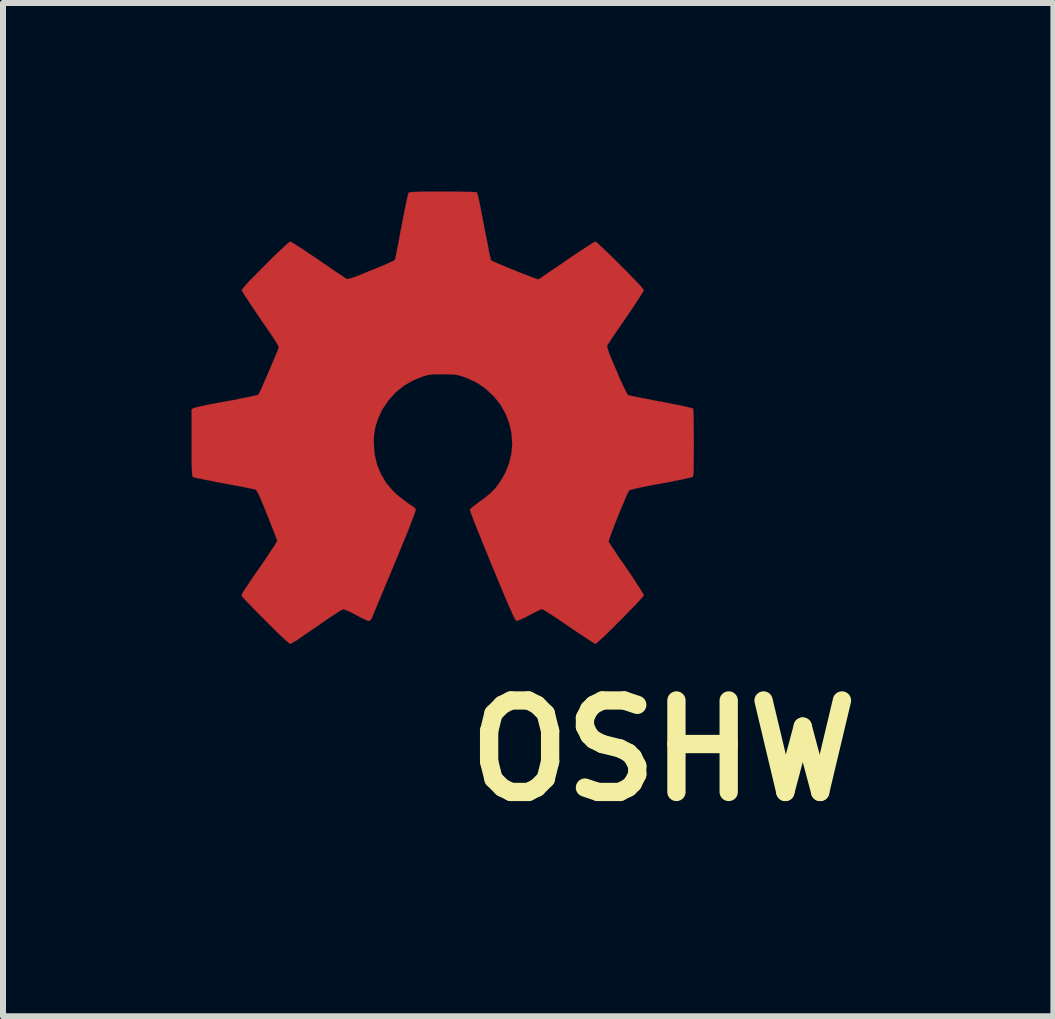
<source format=kicad_pcb>
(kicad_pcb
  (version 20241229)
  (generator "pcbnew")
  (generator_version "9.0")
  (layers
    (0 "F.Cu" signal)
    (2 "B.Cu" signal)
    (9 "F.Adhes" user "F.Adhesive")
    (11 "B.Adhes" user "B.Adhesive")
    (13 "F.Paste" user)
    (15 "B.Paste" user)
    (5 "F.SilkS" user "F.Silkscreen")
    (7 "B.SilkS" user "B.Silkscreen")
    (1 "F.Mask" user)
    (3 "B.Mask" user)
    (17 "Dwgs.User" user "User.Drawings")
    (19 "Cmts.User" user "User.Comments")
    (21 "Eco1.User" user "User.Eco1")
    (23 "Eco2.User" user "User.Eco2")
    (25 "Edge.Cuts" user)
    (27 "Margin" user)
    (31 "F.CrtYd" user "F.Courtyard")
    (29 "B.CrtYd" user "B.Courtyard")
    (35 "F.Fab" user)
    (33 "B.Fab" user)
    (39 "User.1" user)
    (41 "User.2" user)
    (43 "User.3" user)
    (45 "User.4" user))
  (footprint "OSHW"
    (layer "F.Cu")
    (at 4.319 3.994)
    (property "Reference" "OSHW" (at 3.683 5.461 0) (layer "F.SilkS") (effects (font (size 1.524 1.524) (thickness 0.305))))
    (attr through_hole)
    (fp_poly (pts (xy 4.191 0.333) (xy 4.188 0.475) (xy 4.188 0.592) (xy 4.188 0.686) (xy 4.186 0.759) (xy 4.186 0.815) (xy 4.183 0.853) (xy 4.178 0.881) (xy 4.173 0.897) (xy 4.171 0.902) (xy 4.153 0.907) (xy 4.11 0.917) (xy 4.046 0.932) (xy 3.962 0.95) (xy 3.866 0.968) (xy 3.759 0.991) (xy 3.645 1.011) (xy 3.515 1.034) (xy 3.401 1.057) (xy 3.302 1.077) (xy 3.221 1.095) (xy 3.162 1.11) (xy 3.124 1.12) (xy 3.114 1.125) (xy 3.104 1.143) (xy 3.084 1.181) (xy 3.058 1.24) (xy 3.028 1.313) (xy 2.992 1.397) (xy 2.954 1.486) (xy 2.918 1.577) (xy 2.88 1.671) (xy 2.847 1.758) (xy 2.819 1.834) (xy 2.794 1.9) (xy 2.779 1.948) (xy 2.771 1.976) (xy 2.771 1.981) (xy 2.779 1.996) (xy 2.802 2.032) (xy 2.84 2.088) (xy 2.885 2.156) (xy 2.939 2.238) (xy 3.002 2.327) (xy 3.068 2.423) (xy 3.134 2.52) (xy 3.195 2.611) (xy 3.249 2.695) (xy 3.294 2.764) (xy 3.327 2.819) (xy 3.35 2.855) (xy 3.358 2.873) (xy 3.348 2.888) (xy 3.32 2.921) (xy 3.277 2.969) (xy 3.223 3.028) (xy 3.157 3.094) (xy 3.086 3.167) (xy 3.01 3.246) (xy 2.931 3.325) (xy 2.855 3.401) (xy 2.779 3.475) (xy 2.713 3.541) (xy 2.652 3.597) (xy 2.603 3.64) (xy 2.57 3.67) (xy 2.553 3.683) (xy 2.55 3.683) (xy 2.535 3.675) (xy 2.499 3.653) (xy 2.443 3.617) (xy 2.375 3.571) (xy 2.294 3.518) (xy 2.202 3.457) (xy 2.108 3.393) (xy 2.012 3.327) (xy 1.92 3.264) (xy 1.839 3.211) (xy 1.77 3.167) (xy 1.714 3.132) (xy 1.679 3.111) (xy 1.661 3.104) (xy 1.641 3.109) (xy 1.603 3.127) (xy 1.547 3.155) (xy 1.483 3.188) (xy 1.453 3.203) (xy 1.382 3.241) (xy 1.321 3.269) (xy 1.273 3.289) (xy 1.242 3.299) (xy 1.237 3.299) (xy 1.229 3.294) (xy 1.222 3.284) (xy 1.209 3.264) (xy 1.194 3.233) (xy 1.173 3.193) (xy 1.148 3.134) (xy 1.115 3.063) (xy 1.077 2.974) (xy 1.031 2.868) (xy 0.978 2.738) (xy 0.914 2.586) (xy 0.841 2.41) (xy 0.828 2.38) (xy 0.767 2.228) (xy 0.706 2.083) (xy 0.653 1.948) (xy 0.602 1.824) (xy 0.559 1.714) (xy 0.521 1.621) (xy 0.493 1.544) (xy 0.472 1.488) (xy 0.462 1.455) (xy 0.46 1.445) (xy 0.475 1.43) (xy 0.505 1.402) (xy 0.551 1.367) (xy 0.597 1.333) (xy 0.714 1.247) (xy 0.81 1.166) (xy 0.889 1.085) (xy 0.955 0.996) (xy 1.016 0.897) (xy 1.046 0.841) (xy 1.113 0.678) (xy 1.153 0.511) (xy 1.166 0.34) (xy 1.153 0.17) (xy 1.115 0.005) (xy 1.054 -0.152) (xy 0.968 -0.305) (xy 0.856 -0.445) (xy 0.848 -0.452) (xy 0.716 -0.574) (xy 0.569 -0.673) (xy 0.404 -0.749) (xy 0.323 -0.777) (xy 0.277 -0.79) (xy 0.234 -0.8) (xy 0.185 -0.805) (xy 0.124 -0.808) (xy 0.048 -0.81) (xy 0.005 -0.81) (xy -0.079 -0.81) (xy -0.147 -0.808) (xy -0.198 -0.803) (xy -0.244 -0.795) (xy -0.29 -0.782) (xy -0.31 -0.777) (xy -0.483 -0.709) (xy -0.638 -0.62) (xy -0.777 -0.508) (xy -0.897 -0.376) (xy -0.996 -0.229) (xy -1.024 -0.175) (xy -1.079 -0.046) (xy -1.118 0.076) (xy -1.138 0.203) (xy -1.143 0.338) (xy -1.13 0.518) (xy -1.09 0.691) (xy -1.024 0.853) (xy -0.935 1.003) (xy -0.82 1.138) (xy -0.77 1.186) (xy -0.706 1.24) (xy -0.632 1.295) (xy -0.564 1.346) (xy -0.503 1.387) (xy -0.495 1.389) (xy -0.462 1.415) (xy -0.445 1.44) (xy -0.442 1.445) (xy -0.447 1.463) (xy -0.46 1.506) (xy -0.485 1.572) (xy -0.518 1.661) (xy -0.561 1.77) (xy -0.612 1.897) (xy -0.671 2.042) (xy -0.737 2.202) (xy -0.803 2.36) (xy -0.864 2.51) (xy -0.925 2.652) (xy -0.98 2.786) (xy -1.031 2.908) (xy -1.077 3.018) (xy -1.115 3.109) (xy -1.146 3.183) (xy -1.168 3.236) (xy -1.181 3.266) (xy -1.184 3.274) (xy -1.206 3.294) (xy -1.227 3.302) (xy -1.247 3.294) (xy -1.288 3.277) (xy -1.344 3.251) (xy -1.41 3.216) (xy -1.438 3.2) (xy -1.521 3.157) (xy -1.587 3.127) (xy -1.633 3.109) (xy -1.656 3.106) (xy -1.674 3.117) (xy -1.714 3.139) (xy -1.77 3.175) (xy -1.836 3.218) (xy -1.913 3.269) (xy -1.961 3.302) (xy -2.09 3.393) (xy -2.2 3.467) (xy -2.289 3.528) (xy -2.362 3.579) (xy -2.418 3.617) (xy -2.461 3.645) (xy -2.494 3.663) (xy -2.517 3.675) (xy -2.53 3.68) (xy -2.537 3.683) (xy -2.55 3.673) (xy -2.583 3.645) (xy -2.631 3.602) (xy -2.692 3.546) (xy -2.764 3.477) (xy -2.842 3.399) (xy -2.926 3.315) (xy -2.944 3.297) (xy -3.03 3.211) (xy -3.109 3.132) (xy -3.18 3.058) (xy -3.241 2.995) (xy -3.289 2.944) (xy -3.322 2.908) (xy -3.338 2.891) (xy -3.338 2.888) (xy -3.34 2.88) (xy -3.34 2.873) (xy -3.338 2.863) (xy -3.332 2.845) (xy -3.32 2.822) (xy -3.299 2.791) (xy -3.272 2.748) (xy -3.231 2.69) (xy -3.183 2.616) (xy -3.119 2.522) (xy -3.04 2.41) (xy -3.033 2.4) (xy -2.967 2.304) (xy -2.908 2.215) (xy -2.855 2.134) (xy -2.809 2.068) (xy -2.776 2.014) (xy -2.756 1.981) (xy -2.751 1.966) (xy -2.756 1.948) (xy -2.771 1.908) (xy -2.791 1.849) (xy -2.822 1.773) (xy -2.857 1.684) (xy -2.896 1.585) (xy -2.916 1.537) (xy -2.964 1.415) (xy -3.005 1.316) (xy -3.038 1.24) (xy -3.063 1.184) (xy -3.084 1.146) (xy -3.099 1.123) (xy -3.109 1.113) (xy -3.129 1.107) (xy -3.175 1.097) (xy -3.241 1.085) (xy -3.325 1.067) (xy -3.421 1.049) (xy -3.531 1.029) (xy -3.637 1.008) (xy -3.754 0.988) (xy -3.861 0.965) (xy -3.957 0.947) (xy -4.036 0.93) (xy -4.1 0.917) (xy -4.14 0.907) (xy -4.155 0.902) (xy -4.161 0.892) (xy -4.166 0.874) (xy -4.168 0.841) (xy -4.171 0.795) (xy -4.173 0.732) (xy -4.176 0.648) (xy -4.176 0.541) (xy -4.176 0.411) (xy -4.176 0.33) (xy -4.176 -0.224) (xy -4.143 -0.244) (xy -4.122 -0.251) (xy -4.077 -0.262) (xy -4.011 -0.277) (xy -3.927 -0.295) (xy -3.828 -0.315) (xy -3.719 -0.335) (xy -3.599 -0.358) (xy -3.597 -0.358) (xy -3.48 -0.378) (xy -3.371 -0.401) (xy -3.274 -0.419) (xy -3.19 -0.437) (xy -3.127 -0.452) (xy -3.084 -0.462) (xy -3.066 -0.47) (xy -3.063 -0.47) (xy -3.053 -0.488) (xy -3.035 -0.526) (xy -3.007 -0.584) (xy -2.977 -0.655) (xy -2.941 -0.737) (xy -2.903 -0.823) (xy -2.865 -0.914) (xy -2.827 -1.001) (xy -2.794 -1.082) (xy -2.764 -1.153) (xy -2.741 -1.209) (xy -2.728 -1.25) (xy -2.723 -1.265) (xy -2.731 -1.28) (xy -2.753 -1.318) (xy -2.786 -1.372) (xy -2.832 -1.443) (xy -2.888 -1.524) (xy -2.949 -1.615) (xy -3.018 -1.714) (xy -3.028 -1.73) (xy -3.096 -1.831) (xy -3.16 -1.925) (xy -3.216 -2.009) (xy -3.264 -2.083) (xy -3.302 -2.141) (xy -3.327 -2.182) (xy -3.34 -2.202) (xy -3.338 -2.215) (xy -3.325 -2.233) (xy -3.305 -2.261) (xy -3.269 -2.301) (xy -3.221 -2.355) (xy -3.155 -2.421) (xy -3.073 -2.504) (xy -2.974 -2.603) (xy -2.954 -2.624) (xy -2.855 -2.725) (xy -2.764 -2.812) (xy -2.687 -2.885) (xy -2.624 -2.944) (xy -2.576 -2.987) (xy -2.545 -3.012) (xy -2.535 -3.018) (xy -2.517 -3.01) (xy -2.479 -2.99) (xy -2.423 -2.954) (xy -2.352 -2.908) (xy -2.271 -2.855) (xy -2.177 -2.791) (xy -2.078 -2.725) (xy -2.068 -2.718) (xy -1.968 -2.649) (xy -1.875 -2.586) (xy -1.791 -2.527) (xy -1.717 -2.479) (xy -1.659 -2.441) (xy -1.618 -2.413) (xy -1.598 -2.4) (xy -1.585 -2.395) (xy -1.567 -2.398) (xy -1.539 -2.403) (xy -1.501 -2.416) (xy -1.448 -2.433) (xy -1.377 -2.461) (xy -1.283 -2.499) (xy -1.217 -2.527) (xy -1.1 -2.573) (xy -1.008 -2.611) (xy -0.935 -2.642) (xy -0.881 -2.667) (xy -0.843 -2.685) (xy -0.815 -2.697) (xy -0.8 -2.71) (xy -0.79 -2.72) (xy -0.785 -2.728) (xy -0.782 -2.736) (xy -0.777 -2.756) (xy -0.77 -2.799) (xy -0.757 -2.865) (xy -0.739 -2.949) (xy -0.721 -3.048) (xy -0.701 -3.157) (xy -0.678 -3.274) (xy -0.676 -3.287) (xy -0.653 -3.406) (xy -0.632 -3.515) (xy -0.612 -3.614) (xy -0.594 -3.698) (xy -0.579 -3.764) (xy -0.569 -3.81) (xy -0.564 -3.83) (xy -0.561 -3.83) (xy -0.554 -3.835) (xy -0.536 -3.84) (xy -0.508 -3.843) (xy -0.465 -3.846) (xy -0.404 -3.848) (xy -0.325 -3.851) (xy -0.226 -3.851) (xy -0.102 -3.851) (xy 0.005 -3.851) (xy 0.127 -3.851) (xy 0.241 -3.851) (xy 0.343 -3.848) (xy 0.432 -3.846) (xy 0.5 -3.846) (xy 0.549 -3.843) (xy 0.574 -3.84) (xy 0.582 -3.823) (xy 0.594 -3.78) (xy 0.61 -3.713) (xy 0.627 -3.625) (xy 0.65 -3.515) (xy 0.673 -3.391) (xy 0.696 -3.274) (xy 0.719 -3.152) (xy 0.742 -3.04) (xy 0.762 -2.939) (xy 0.777 -2.852) (xy 0.792 -2.784) (xy 0.805 -2.736) (xy 0.81 -2.71) (xy 0.813 -2.708) (xy 0.831 -2.697) (xy 0.869 -2.68) (xy 0.927 -2.654) (xy 0.996 -2.624) (xy 1.077 -2.591) (xy 1.163 -2.555) (xy 1.252 -2.52) (xy 1.339 -2.484) (xy 1.42 -2.454) (xy 1.491 -2.426) (xy 1.547 -2.405) (xy 1.585 -2.393) (xy 1.6 -2.388) (xy 1.615 -2.398) (xy 1.651 -2.421) (xy 1.704 -2.456) (xy 1.773 -2.504) (xy 1.854 -2.56) (xy 1.946 -2.621) (xy 2.047 -2.69) (xy 2.07 -2.708) (xy 2.172 -2.776) (xy 2.266 -2.84) (xy 2.352 -2.896) (xy 2.426 -2.944) (xy 2.484 -2.982) (xy 2.525 -3.007) (xy 2.548 -3.018) (xy 2.55 -3.018) (xy 2.565 -3.01) (xy 2.598 -2.982) (xy 2.644 -2.939) (xy 2.703 -2.883) (xy 2.771 -2.819) (xy 2.845 -2.746) (xy 2.924 -2.67) (xy 3 -2.591) (xy 3.078 -2.515) (xy 3.15 -2.438) (xy 3.216 -2.372) (xy 3.272 -2.311) (xy 3.317 -2.263) (xy 3.345 -2.228) (xy 3.358 -2.21) (xy 3.35 -2.192) (xy 3.327 -2.156) (xy 3.292 -2.101) (xy 3.246 -2.029) (xy 3.193 -1.948) (xy 3.132 -1.857) (xy 3.063 -1.758) (xy 3.061 -1.753) (xy 2.992 -1.654) (xy 2.929 -1.56) (xy 2.87 -1.476) (xy 2.822 -1.405) (xy 2.786 -1.346) (xy 2.758 -1.308) (xy 2.748 -1.288) (xy 2.746 -1.275) (xy 2.748 -1.255) (xy 2.758 -1.222) (xy 2.774 -1.173) (xy 2.799 -1.11) (xy 2.835 -1.026) (xy 2.878 -0.922) (xy 2.901 -0.869) (xy 2.946 -0.762) (xy 2.987 -0.671) (xy 3.025 -0.589) (xy 3.056 -0.528) (xy 3.078 -0.485) (xy 3.091 -0.465) (xy 3.094 -0.462) (xy 3.111 -0.457) (xy 3.155 -0.447) (xy 3.221 -0.434) (xy 3.302 -0.417) (xy 3.401 -0.399) (xy 3.51 -0.376) (xy 3.63 -0.353) (xy 3.642 -0.353) (xy 3.777 -0.325) (xy 3.896 -0.302) (xy 3.998 -0.282) (xy 4.077 -0.264) (xy 4.135 -0.249) (xy 4.171 -0.239) (xy 4.178 -0.236) (xy 4.181 -0.218) (xy 4.183 -0.175) (xy 4.186 -0.112) (xy 4.186 -0.028) (xy 4.188 0.071) (xy 4.188 0.18) (xy 4.191 0.302) (xy 4.191 0.333)) (stroke (width 0.003) (type solid)) (fill yes) (layer "F.Cu"))
    (fp_poly (pts (xy 4.331 0.493) (xy 4.331 0.63) (xy 4.331 0.742) (xy 4.328 0.831) (xy 4.328 0.902) (xy 4.326 0.955) (xy 4.323 0.993) (xy 4.321 1.021) (xy 4.315 1.036) (xy 4.31 1.041) (xy 4.293 1.049) (xy 4.249 1.059) (xy 4.186 1.074) (xy 4.105 1.09) (xy 4.008 1.11) (xy 3.899 1.13) (xy 3.785 1.153) (xy 3.658 1.176) (xy 3.543 1.199) (xy 3.444 1.219) (xy 3.363 1.237) (xy 3.302 1.25) (xy 3.266 1.26) (xy 3.256 1.265) (xy 3.246 1.283) (xy 3.226 1.321) (xy 3.2 1.379) (xy 3.17 1.448) (xy 3.137 1.524) (xy 3.104 1.608) (xy 3.071 1.689) (xy 3.04 1.765) (xy 3.015 1.834) (xy 2.995 1.89) (xy 2.982 1.928) (xy 2.979 1.943) (xy 2.987 1.956) (xy 3.01 1.991) (xy 3.045 2.045) (xy 3.091 2.111) (xy 3.145 2.189) (xy 3.203 2.276) (xy 3.241 2.329) (xy 3.498 2.705) (xy 3.498 2.873) (xy 3.498 3.04) (xy 3.106 3.432) (xy 2.715 3.823) (xy 2.55 3.823) (xy 2.388 3.823) (xy 2.017 3.569) (xy 1.648 3.315) (xy 1.529 3.378) (xy 1.412 3.444) (xy 1.24 3.439) (xy 1.067 3.434) (xy 0.688 2.525) (xy 0.31 1.615) (xy 0.31 1.471) (xy 0.31 1.407) (xy 0.312 1.354) (xy 0.315 1.318) (xy 0.318 1.306) (xy 0.333 1.288) (xy 0.366 1.26) (xy 0.411 1.224) (xy 0.455 1.194) (xy 0.572 1.107) (xy 0.668 1.026) (xy 0.747 0.945) (xy 0.813 0.859) (xy 0.871 0.759) (xy 0.909 0.686) (xy 0.968 0.554) (xy 1.001 0.434) (xy 1.008 0.325) (xy 1.003 0.257) (xy 0.958 0.091) (xy 0.886 -0.064) (xy 0.795 -0.208) (xy 0.678 -0.34) (xy 0.544 -0.455) (xy 0.394 -0.549) (xy 0.373 -0.559) (xy 0.267 -0.607) (xy 0.163 -0.64) (xy 0.064 -0.66) (xy 0.005 -0.665) (xy -0.102 -0.653) (xy -0.221 -0.62) (xy -0.345 -0.566) (xy -0.467 -0.495) (xy -0.582 -0.411) (xy -0.686 -0.318) (xy -0.752 -0.246) (xy -0.813 -0.157) (xy -0.874 -0.051) (xy -0.925 0.064) (xy -0.965 0.173) (xy -0.975 0.208) (xy -0.988 0.282) (xy -0.993 0.351) (xy -0.988 0.417) (xy -0.968 0.493) (xy -0.937 0.587) (xy -0.93 0.607) (xy -0.856 0.762) (xy -0.759 0.904) (xy -0.638 1.036) (xy -0.493 1.156) (xy -0.394 1.224) (xy -0.353 1.252) (xy -0.32 1.275) (xy -0.305 1.288) (xy -0.302 1.308) (xy -0.297 1.351) (xy -0.297 1.407) (xy -0.295 1.46) (xy -0.295 1.615) (xy -0.663 2.499) (xy -0.724 2.652) (xy -0.782 2.794) (xy -0.838 2.929) (xy -0.889 3.051) (xy -0.935 3.157) (xy -0.973 3.249) (xy -1.003 3.325) (xy -1.026 3.378) (xy -1.041 3.409) (xy -1.044 3.414) (xy -1.052 3.426) (xy -1.067 3.434) (xy -1.092 3.439) (xy -1.133 3.442) (xy -1.194 3.442) (xy -1.224 3.442) (xy -1.392 3.442) (xy -1.511 3.378) (xy -1.631 3.315) (xy -1.862 3.475) (xy -1.946 3.531) (xy -2.032 3.592) (xy -2.116 3.647) (xy -2.187 3.696) (xy -2.233 3.729) (xy -2.372 3.823) (xy -2.537 3.823) (xy -2.7 3.823) (xy -3.094 3.432) (xy -3.485 3.04) (xy -3.485 2.875) (xy -3.485 2.804) (xy -3.482 2.756) (xy -3.477 2.72) (xy -3.47 2.695) (xy -3.454 2.67) (xy -3.437 2.644) (xy -3.416 2.614) (xy -3.383 2.563) (xy -3.338 2.497) (xy -3.287 2.421) (xy -3.228 2.337) (xy -3.178 2.261) (xy -3.119 2.177) (xy -3.068 2.101) (xy -3.025 2.035) (xy -2.992 1.981) (xy -2.969 1.946) (xy -2.962 1.93) (xy -2.967 1.913) (xy -2.982 1.872) (xy -3.002 1.814) (xy -3.033 1.74) (xy -3.066 1.656) (xy -3.091 1.59) (xy -3.134 1.481) (xy -3.17 1.397) (xy -3.198 1.333) (xy -3.221 1.29) (xy -3.236 1.265) (xy -3.249 1.255) (xy -3.272 1.25) (xy -3.315 1.24) (xy -3.381 1.227) (xy -3.465 1.209) (xy -3.564 1.191) (xy -3.673 1.168) (xy -3.78 1.151) (xy -3.894 1.128) (xy -4.003 1.107) (xy -4.097 1.087) (xy -4.178 1.072) (xy -4.242 1.057) (xy -4.282 1.046) (xy -4.298 1.041) (xy -4.303 1.034) (xy -4.305 1.016) (xy -4.308 0.986) (xy -4.31 0.942) (xy -4.313 0.884) (xy -4.315 0.805) (xy -4.315 0.709) (xy -4.315 0.589) (xy -4.318 0.442) (xy -4.318 0.33) (xy -4.318 -0.366) (xy -4.285 -0.384) (xy -4.265 -0.391) (xy -4.219 -0.404) (xy -4.153 -0.417) (xy -4.069 -0.434) (xy -3.97 -0.455) (xy -3.858 -0.475) (xy -3.741 -0.498) (xy -3.739 -0.498) (xy -3.622 -0.521) (xy -3.513 -0.541) (xy -3.414 -0.561) (xy -3.332 -0.579) (xy -3.269 -0.592) (xy -3.226 -0.605) (xy -3.205 -0.61) (xy -3.195 -0.627) (xy -3.178 -0.665) (xy -3.152 -0.721) (xy -3.119 -0.79) (xy -3.086 -0.866) (xy -3.053 -0.945) (xy -3.018 -1.021) (xy -2.987 -1.092) (xy -2.962 -1.156) (xy -2.944 -1.201) (xy -2.934 -1.229) (xy -2.934 -1.232) (xy -2.941 -1.247) (xy -2.964 -1.283) (xy -2.997 -1.336) (xy -3.043 -1.405) (xy -3.096 -1.483) (xy -3.157 -1.572) (xy -3.208 -1.648) (xy -3.485 -2.05) (xy -3.485 -2.212) (xy -3.485 -2.375) (xy -3.094 -2.769) (xy -2.703 -3.16) (xy -2.535 -3.16) (xy -2.367 -3.16) (xy -2.012 -2.916) (xy -1.92 -2.855) (xy -1.834 -2.794) (xy -1.755 -2.741) (xy -1.689 -2.695) (xy -1.638 -2.659) (xy -1.605 -2.637) (xy -1.6 -2.634) (xy -1.542 -2.593) (xy -1.275 -2.703) (xy -1.171 -2.743) (xy -1.092 -2.776) (xy -1.031 -2.802) (xy -0.988 -2.822) (xy -0.96 -2.837) (xy -0.942 -2.85) (xy -0.93 -2.86) (xy -0.925 -2.873) (xy -0.925 -2.875) (xy -0.919 -2.896) (xy -0.909 -2.941) (xy -0.897 -3.005) (xy -0.881 -3.089) (xy -0.861 -3.188) (xy -0.841 -3.297) (xy -0.82 -3.416) (xy -0.818 -3.429) (xy -0.795 -3.546) (xy -0.772 -3.658) (xy -0.754 -3.757) (xy -0.737 -3.84) (xy -0.721 -3.907) (xy -0.711 -3.952) (xy -0.704 -3.973) (xy -0.696 -3.978) (xy -0.678 -3.98) (xy -0.653 -3.985) (xy -0.612 -3.988) (xy -0.556 -3.988) (xy -0.483 -3.99) (xy -0.391 -3.99) (xy -0.277 -3.993) (xy -0.137 -3.993) (xy 0.005 -3.993) (xy 0.142 -3.993) (xy 0.272 -3.99) (xy 0.389 -3.99) (xy 0.493 -3.988) (xy 0.582 -3.988) (xy 0.648 -3.985) (xy 0.693 -3.983) (xy 0.716 -3.98) (xy 0.724 -3.962) (xy 0.734 -3.922) (xy 0.749 -3.853) (xy 0.77 -3.767) (xy 0.79 -3.658) (xy 0.815 -3.531) (xy 0.833 -3.434) (xy 0.856 -3.315) (xy 0.876 -3.2) (xy 0.897 -3.099) (xy 0.912 -3.012) (xy 0.927 -2.944) (xy 0.937 -2.896) (xy 0.942 -2.87) (xy 0.955 -2.855) (xy 0.986 -2.837) (xy 1.031 -2.814) (xy 1.1 -2.784) (xy 1.189 -2.743) (xy 1.255 -2.718) (xy 1.351 -2.677) (xy 1.425 -2.649) (xy 1.478 -2.626) (xy 1.519 -2.614) (xy 1.544 -2.609) (xy 1.565 -2.606) (xy 1.577 -2.611) (xy 1.59 -2.616) (xy 1.593 -2.619) (xy 1.613 -2.631) (xy 1.654 -2.659) (xy 1.709 -2.7) (xy 1.783 -2.748) (xy 1.864 -2.804) (xy 1.956 -2.865) (xy 2.007 -2.901) (xy 2.383 -3.16) (xy 2.55 -3.16) (xy 2.715 -3.16) (xy 3.106 -2.769) (xy 3.498 -2.377) (xy 3.498 -2.21) (xy 3.498 -2.042) (xy 3.221 -1.641) (xy 2.944 -1.24) (xy 3.076 -0.927) (xy 3.117 -0.838) (xy 3.152 -0.757) (xy 3.185 -0.691) (xy 3.211 -0.64) (xy 3.228 -0.61) (xy 3.233 -0.605) (xy 3.254 -0.599) (xy 3.297 -0.589) (xy 3.36 -0.574) (xy 3.444 -0.559) (xy 3.543 -0.538) (xy 3.653 -0.518) (xy 3.769 -0.495) (xy 3.782 -0.493) (xy 3.919 -0.467) (xy 4.039 -0.445) (xy 4.138 -0.424) (xy 4.219 -0.406) (xy 4.277 -0.391) (xy 4.31 -0.381) (xy 4.318 -0.376) (xy 4.321 -0.361) (xy 4.323 -0.318) (xy 4.326 -0.251) (xy 4.328 -0.165) (xy 4.328 -0.064) (xy 4.331 0.051) (xy 4.331 0.178) (xy 4.331 0.315) (xy 4.331 0.333) (xy 4.331 0.493)) (stroke (width 0.003) (type solid)) (fill yes) (layer "F.Mask")))
  (gr_rect
    (start -3 -3)
    (end 14.5 13.882)
    (stroke (width 0.1) (type default))
    (fill no)
    (layer "Edge.Cuts")))
</source>
